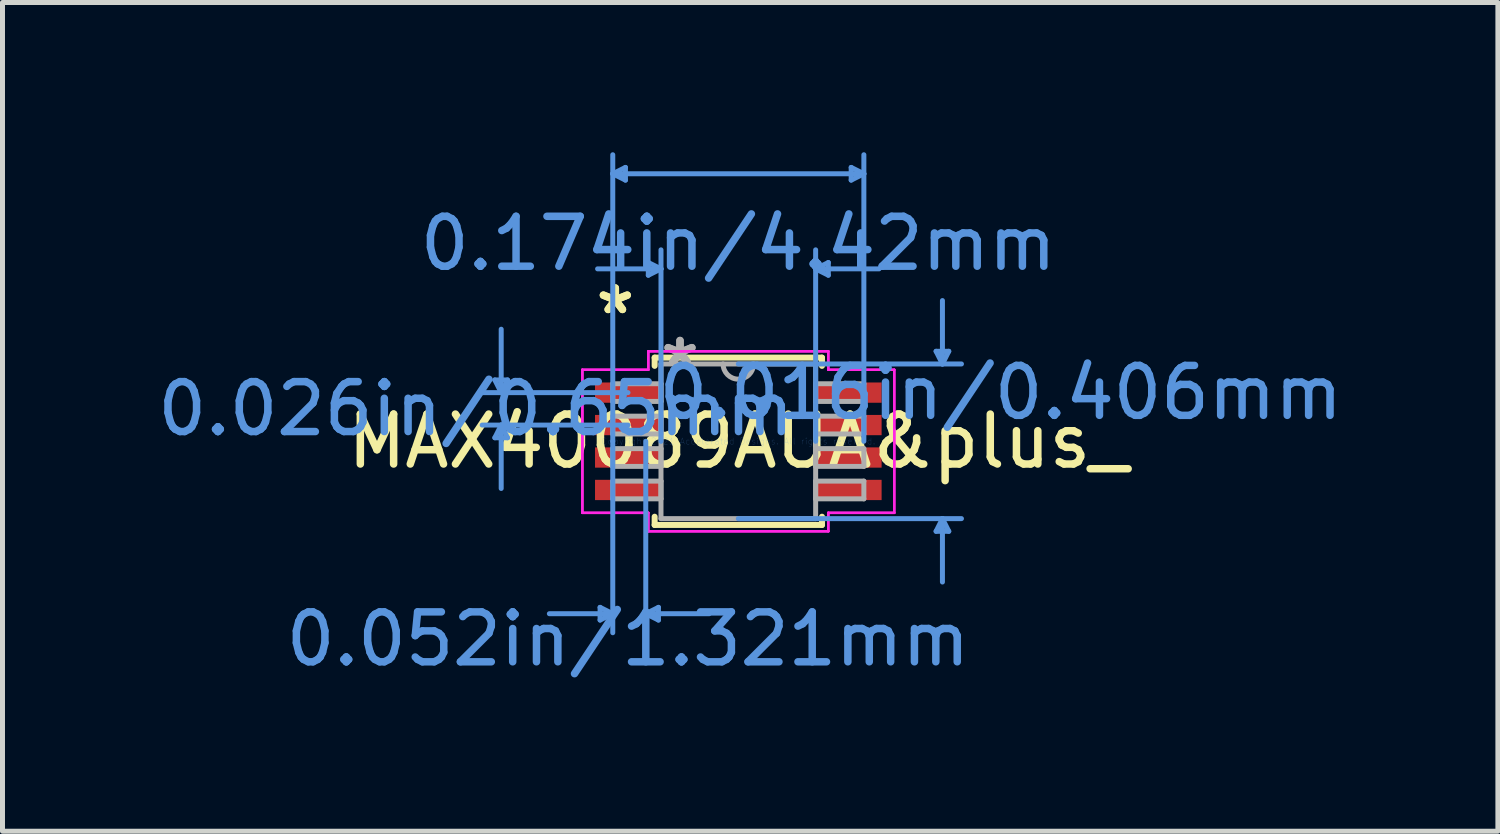
<source format=kicad_pcb>
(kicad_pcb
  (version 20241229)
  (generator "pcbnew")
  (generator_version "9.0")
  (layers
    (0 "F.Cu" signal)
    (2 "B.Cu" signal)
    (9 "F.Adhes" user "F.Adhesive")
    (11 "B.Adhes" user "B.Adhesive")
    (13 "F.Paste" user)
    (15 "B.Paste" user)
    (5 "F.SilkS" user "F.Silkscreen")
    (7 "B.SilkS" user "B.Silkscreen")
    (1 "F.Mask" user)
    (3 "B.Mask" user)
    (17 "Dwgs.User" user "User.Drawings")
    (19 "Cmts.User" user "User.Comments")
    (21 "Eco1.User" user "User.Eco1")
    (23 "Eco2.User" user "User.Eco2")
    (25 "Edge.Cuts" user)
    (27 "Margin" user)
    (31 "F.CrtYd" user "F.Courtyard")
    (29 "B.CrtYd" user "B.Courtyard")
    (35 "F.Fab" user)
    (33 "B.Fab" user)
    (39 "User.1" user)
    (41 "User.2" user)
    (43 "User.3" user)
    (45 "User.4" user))
  (footprint "MAX40089AUA&plus_"
    (layer "F.Cu")
    (at 11.74 5.79)
    (property "Reference" "MAX40089AUA&plus_" (at 0 0 0) (layer "F.SilkS") (effects (font (size 1 1) (thickness 0.15))))
    (attr through_hole)
    (fp_line (start -1.676 -1.676) (end -1.676 -1.511) (stroke (width 0.12) (type solid)) (layer "F.SilkS"))
    (fp_line (start -1.676 1.511) (end -1.676 1.676) (stroke (width 0.12) (type solid)) (layer "F.SilkS"))
    (fp_line (start -1.676 1.676) (end 1.676 1.676) (stroke (width 0.12) (type solid)) (layer "F.SilkS"))
    (fp_line (start 1.676 -1.676) (end -1.676 -1.676) (stroke (width 0.12) (type solid)) (layer "F.SilkS"))
    (fp_line (start 1.676 -1.511) (end 1.676 -1.676) (stroke (width 0.12) (type solid)) (layer "F.SilkS"))
    (fp_line (start 1.676 1.676) (end 1.676 1.511) (stroke (width 0.12) (type solid)) (layer "F.SilkS"))
    (fp_line (start -4.877 -1.229) (end -4.623 -1.229) (stroke (width 0.1) (type solid)) (layer "Cmts.User"))
    (fp_line (start -4.877 -0.071) (end -4.623 -0.071) (stroke (width 0.1) (type solid)) (layer "Cmts.User"))
    (fp_line (start -4.75 -0.975) (end -4.877 -1.229) (stroke (width 0.1) (type solid)) (layer "Cmts.User"))
    (fp_line (start -4.75 -0.975) (end -4.75 -2.245) (stroke (width 0.1) (type solid)) (layer "Cmts.User"))
    (fp_line (start -4.75 -0.975) (end -4.623 -1.229) (stroke (width 0.1) (type solid)) (layer "Cmts.User"))
    (fp_line (start -4.75 -0.325) (end -4.877 -0.071) (stroke (width 0.1) (type solid)) (layer "Cmts.User"))
    (fp_line (start -4.75 -0.325) (end -4.75 0.945) (stroke (width 0.1) (type solid)) (layer "Cmts.User"))
    (fp_line (start -4.75 -0.325) (end -4.623 -0.071) (stroke (width 0.1) (type solid)) (layer "Cmts.User"))
    (fp_line (start -2.769 3.327) (end -2.769 3.581) (stroke (width 0.1) (type solid)) (layer "Cmts.User"))
    (fp_line (start -2.515 -5.359) (end -2.261 -5.486) (stroke (width 0.1) (type solid)) (layer "Cmts.User"))
    (fp_line (start -2.515 -5.359) (end -2.261 -5.232) (stroke (width 0.1) (type solid)) (layer "Cmts.User"))
    (fp_line (start -2.515 -5.359) (end 2.515 -5.359) (stroke (width 0.1) (type solid)) (layer "Cmts.User"))
    (fp_line (start -2.515 0) (end -2.515 -5.74) (stroke (width 0.1) (type solid)) (layer "Cmts.User"))
    (fp_line (start -2.515 0) (end -2.515 3.835) (stroke (width 0.1) (type solid)) (layer "Cmts.User"))
    (fp_line (start -2.515 3.454) (end -3.785 3.454) (stroke (width 0.1) (type solid)) (layer "Cmts.User"))
    (fp_line (start -2.515 3.454) (end -2.769 3.327) (stroke (width 0.1) (type solid)) (layer "Cmts.User"))
    (fp_line (start -2.515 3.454) (end -2.769 3.581) (stroke (width 0.1) (type solid)) (layer "Cmts.User"))
    (fp_line (start -2.261 -5.486) (end -2.261 -5.232) (stroke (width 0.1) (type solid)) (layer "Cmts.User"))
    (fp_line (start -2.21 -0.975) (end -5.131 -0.975) (stroke (width 0.1) (type solid)) (layer "Cmts.User"))
    (fp_line (start -2.21 -0.325) (end -5.131 -0.325) (stroke (width 0.1) (type solid)) (layer "Cmts.User"))
    (fp_line (start -1.854 0) (end -1.854 3.835) (stroke (width 0.1) (type solid)) (layer "Cmts.User"))
    (fp_line (start -1.854 3.454) (end -1.6 3.327) (stroke (width 0.1) (type solid)) (layer "Cmts.User"))
    (fp_line (start -1.854 3.454) (end -1.6 3.581) (stroke (width 0.1) (type solid)) (layer "Cmts.User"))
    (fp_line (start -1.854 3.454) (end -0.584 3.454) (stroke (width 0.1) (type solid)) (layer "Cmts.User"))
    (fp_line (start -1.803 -3.581) (end -1.803 -3.327) (stroke (width 0.1) (type solid)) (layer "Cmts.User"))
    (fp_line (start -1.6 3.327) (end -1.6 3.581) (stroke (width 0.1) (type solid)) (layer "Cmts.User"))
    (fp_line (start -1.549 -3.454) (end -2.819 -3.454) (stroke (width 0.1) (type solid)) (layer "Cmts.User"))
    (fp_line (start -1.549 -3.454) (end -1.803 -3.581) (stroke (width 0.1) (type solid)) (layer "Cmts.User"))
    (fp_line (start -1.549 -3.454) (end -1.803 -3.327) (stroke (width 0.1) (type solid)) (layer "Cmts.User"))
    (fp_line (start -1.549 0) (end -1.549 -3.835) (stroke (width 0.1) (type solid)) (layer "Cmts.User"))
    (fp_line (start 0 -1.549) (end 4.47 -1.549) (stroke (width 0.1) (type solid)) (layer "Cmts.User"))
    (fp_line (start 0 1.549) (end 4.47 1.549) (stroke (width 0.1) (type solid)) (layer "Cmts.User"))
    (fp_line (start 1.549 -3.454) (end 1.803 -3.581) (stroke (width 0.1) (type solid)) (layer "Cmts.User"))
    (fp_line (start 1.549 -3.454) (end 1.803 -3.327) (stroke (width 0.1) (type solid)) (layer "Cmts.User"))
    (fp_line (start 1.549 -3.454) (end 2.819 -3.454) (stroke (width 0.1) (type solid)) (layer "Cmts.User"))
    (fp_line (start 1.549 0) (end 1.549 -3.835) (stroke (width 0.1) (type solid)) (layer "Cmts.User"))
    (fp_line (start 1.803 -3.581) (end 1.803 -3.327) (stroke (width 0.1) (type solid)) (layer "Cmts.User"))
    (fp_line (start 2.261 -5.486) (end 2.261 -5.232) (stroke (width 0.1) (type solid)) (layer "Cmts.User"))
    (fp_line (start 2.515 -5.359) (end 2.261 -5.486) (stroke (width 0.1) (type solid)) (layer "Cmts.User"))
    (fp_line (start 2.515 -5.359) (end 2.261 -5.232) (stroke (width 0.1) (type solid)) (layer "Cmts.User"))
    (fp_line (start 2.515 0) (end 2.515 -5.74) (stroke (width 0.1) (type solid)) (layer "Cmts.User"))
    (fp_line (start 3.962 -1.803) (end 4.216 -1.803) (stroke (width 0.1) (type solid)) (layer "Cmts.User"))
    (fp_line (start 3.962 1.803) (end 4.216 1.803) (stroke (width 0.1) (type solid)) (layer "Cmts.User"))
    (fp_line (start 4.089 -1.549) (end 3.962 -1.803) (stroke (width 0.1) (type solid)) (layer "Cmts.User"))
    (fp_line (start 4.089 -1.549) (end 4.089 -2.819) (stroke (width 0.1) (type solid)) (layer "Cmts.User"))
    (fp_line (start 4.089 -1.549) (end 4.216 -1.803) (stroke (width 0.1) (type solid)) (layer "Cmts.User"))
    (fp_line (start 4.089 1.549) (end 3.962 1.803) (stroke (width 0.1) (type solid)) (layer "Cmts.User"))
    (fp_line (start 4.089 1.549) (end 4.089 2.819) (stroke (width 0.1) (type solid)) (layer "Cmts.User"))
    (fp_line (start 4.089 1.549) (end 4.216 1.803) (stroke (width 0.1) (type solid)) (layer "Cmts.User"))
    (fp_line (start -3.124 -1.433) (end -1.803 -1.433) (stroke (width 0.05) (type solid)) (layer "F.CrtYd"))
    (fp_line (start -3.124 -1.433) (end -1.803 -1.433) (stroke (width 0.05) (type solid)) (layer "F.CrtYd"))
    (fp_line (start -3.124 1.433) (end -3.124 -1.433) (stroke (width 0.05) (type solid)) (layer "F.CrtYd"))
    (fp_line (start -3.124 1.433) (end -3.124 -1.433) (stroke (width 0.05) (type solid)) (layer "F.CrtYd"))
    (fp_line (start -3.124 1.433) (end -1.803 1.433) (stroke (width 0.05) (type solid)) (layer "F.CrtYd"))
    (fp_line (start -1.803 -1.803) (end 1.803 -1.803) (stroke (width 0.05) (type solid)) (layer "F.CrtYd"))
    (fp_line (start -1.803 -1.803) (end 1.803 -1.803) (stroke (width 0.05) (type solid)) (layer "F.CrtYd"))
    (fp_line (start -1.803 -1.433) (end -1.803 -1.803) (stroke (width 0.05) (type solid)) (layer "F.CrtYd"))
    (fp_line (start -1.803 -1.433) (end -1.803 -1.803) (stroke (width 0.05) (type solid)) (layer "F.CrtYd"))
    (fp_line (start -1.803 1.433) (end -3.124 1.433) (stroke (width 0.05) (type solid)) (layer "F.CrtYd"))
    (fp_line (start -1.803 1.803) (end -1.803 1.433) (stroke (width 0.05) (type solid)) (layer "F.CrtYd"))
    (fp_line (start -1.803 1.803) (end -1.803 1.433) (stroke (width 0.05) (type solid)) (layer "F.CrtYd"))
    (fp_line (start 1.803 -1.803) (end 1.803 -1.433) (stroke (width 0.05) (type solid)) (layer "F.CrtYd"))
    (fp_line (start 1.803 -1.803) (end 1.803 -1.433) (stroke (width 0.05) (type solid)) (layer "F.CrtYd"))
    (fp_line (start 1.803 -1.433) (end 3.124 -1.433) (stroke (width 0.05) (type solid)) (layer "F.CrtYd"))
    (fp_line (start 1.803 1.433) (end 1.803 1.803) (stroke (width 0.05) (type solid)) (layer "F.CrtYd"))
    (fp_line (start 1.803 1.433) (end 1.803 1.803) (stroke (width 0.05) (type solid)) (layer "F.CrtYd"))
    (fp_line (start 1.803 1.803) (end -1.803 1.803) (stroke (width 0.05) (type solid)) (layer "F.CrtYd"))
    (fp_line (start 1.803 1.803) (end -1.803 1.803) (stroke (width 0.05) (type solid)) (layer "F.CrtYd"))
    (fp_line (start 3.124 -1.433) (end 1.803 -1.433) (stroke (width 0.05) (type solid)) (layer "F.CrtYd"))
    (fp_line (start 3.124 -1.433) (end 3.124 1.433) (stroke (width 0.05) (type solid)) (layer "F.CrtYd"))
    (fp_line (start 3.124 -1.433) (end 3.124 1.433) (stroke (width 0.05) (type solid)) (layer "F.CrtYd"))
    (fp_line (start 3.124 1.433) (end 1.803 1.433) (stroke (width 0.05) (type solid)) (layer "F.CrtYd"))
    (fp_line (start 3.124 1.433) (end 1.803 1.433) (stroke (width 0.05) (type solid)) (layer "F.CrtYd"))
    (fp_line (start -2.515 -1.153) (end -2.515 -0.798) (stroke (width 0.1) (type solid)) (layer "F.Fab"))
    (fp_line (start -2.515 -0.798) (end -1.549 -0.798) (stroke (width 0.1) (type solid)) (layer "F.Fab"))
    (fp_line (start -2.515 -0.503) (end -2.515 -0.147) (stroke (width 0.1) (type solid)) (layer "F.Fab"))
    (fp_line (start -2.515 -0.147) (end -1.549 -0.147) (stroke (width 0.1) (type solid)) (layer "F.Fab"))
    (fp_line (start -2.515 0.147) (end -2.515 0.503) (stroke (width 0.1) (type solid)) (layer "F.Fab"))
    (fp_line (start -2.515 0.503) (end -1.549 0.503) (stroke (width 0.1) (type solid)) (layer "F.Fab"))
    (fp_line (start -2.515 0.798) (end -2.515 1.153) (stroke (width 0.1) (type solid)) (layer "F.Fab"))
    (fp_line (start -2.515 1.153) (end -1.549 1.153) (stroke (width 0.1) (type solid)) (layer "F.Fab"))
    (fp_line (start -1.549 -1.549) (end -1.549 1.549) (stroke (width 0.1) (type solid)) (layer "F.Fab"))
    (fp_line (start -1.549 -1.153) (end -2.515 -1.153) (stroke (width 0.1) (type solid)) (layer "F.Fab"))
    (fp_line (start -1.549 -0.798) (end -1.549 -1.153) (stroke (width 0.1) (type solid)) (layer "F.Fab"))
    (fp_line (start -1.549 -0.503) (end -2.515 -0.503) (stroke (width 0.1) (type solid)) (layer "F.Fab"))
    (fp_line (start -1.549 -0.147) (end -1.549 -0.503) (stroke (width 0.1) (type solid)) (layer "F.Fab"))
    (fp_line (start -1.549 0.147) (end -2.515 0.147) (stroke (width 0.1) (type solid)) (layer "F.Fab"))
    (fp_line (start -1.549 0.503) (end -1.549 0.147) (stroke (width 0.1) (type solid)) (layer "F.Fab"))
    (fp_line (start -1.549 0.798) (end -2.515 0.798) (stroke (width 0.1) (type solid)) (layer "F.Fab"))
    (fp_line (start -1.549 1.153) (end -1.549 0.798) (stroke (width 0.1) (type solid)) (layer "F.Fab"))
    (fp_line (start -1.549 1.549) (end 1.549 1.549) (stroke (width 0.1) (type solid)) (layer "F.Fab"))
    (fp_line (start 1.549 -1.549) (end -1.549 -1.549) (stroke (width 0.1) (type solid)) (layer "F.Fab"))
    (fp_line (start 1.549 -1.153) (end 1.549 -0.798) (stroke (width 0.1) (type solid)) (layer "F.Fab"))
    (fp_line (start 1.549 -0.798) (end 2.515 -0.798) (stroke (width 0.1) (type solid)) (layer "F.Fab"))
    (fp_line (start 1.549 -0.503) (end 1.549 -0.147) (stroke (width 0.1) (type solid)) (layer "F.Fab"))
    (fp_line (start 1.549 -0.147) (end 2.515 -0.147) (stroke (width 0.1) (type solid)) (layer "F.Fab"))
    (fp_line (start 1.549 0.147) (end 1.549 0.503) (stroke (width 0.1) (type solid)) (layer "F.Fab"))
    (fp_line (start 1.549 0.503) (end 2.515 0.503) (stroke (width 0.1) (type solid)) (layer "F.Fab"))
    (fp_line (start 1.549 0.798) (end 1.549 1.153) (stroke (width 0.1) (type solid)) (layer "F.Fab"))
    (fp_line (start 1.549 1.153) (end 2.515 1.153) (stroke (width 0.1) (type solid)) (layer "F.Fab"))
    (fp_line (start 1.549 1.549) (end 1.549 -1.549) (stroke (width 0.1) (type solid)) (layer "F.Fab"))
    (fp_line (start 2.515 -1.153) (end 1.549 -1.153) (stroke (width 0.1) (type solid)) (layer "F.Fab"))
    (fp_line (start 2.515 -0.798) (end 2.515 -1.153) (stroke (width 0.1) (type solid)) (layer "F.Fab"))
    (fp_line (start 2.515 -0.503) (end 1.549 -0.503) (stroke (width 0.1) (type solid)) (layer "F.Fab"))
    (fp_line (start 2.515 -0.147) (end 2.515 -0.503) (stroke (width 0.1) (type solid)) (layer "F.Fab"))
    (fp_line (start 2.515 0.147) (end 1.549 0.147) (stroke (width 0.1) (type solid)) (layer "F.Fab"))
    (fp_line (start 2.515 0.503) (end 2.515 0.147) (stroke (width 0.1) (type solid)) (layer "F.Fab"))
    (fp_line (start 2.515 0.798) (end 1.549 0.798) (stroke (width 0.1) (type solid)) (layer "F.Fab"))
    (fp_line (start 2.515 1.153) (end 2.515 0.798) (stroke (width 0.1) (type solid)) (layer "F.Fab"))
    (fp_arc (start 0.3048 -1.5494) (mid 0 -1.2446) (end -0.3048 -1.5494) (stroke (width 0.1) (type solid)) (layer "F.Fab"))
    (fp_text user "*" (at -2.464 -2.525 0) (layer "F.SilkS") (effects (font (size 1 1) (thickness 0.15))))
    (fp_text user "*" (at -2.464 -2.525 0) (layer "F.SilkS") (effects (font (size 1 1) (thickness 0.15))))
    (fp_text user "0.016in/0.406mm" (at 5.258 -0.975 0) (layer "Cmts.User") (effects (font (size 1 1) (thickness 0.15))))
    (fp_text user "0.026in/0.65mm" (at -5.258 -0.65 0) (layer "Cmts.User") (effects (font (size 1 1) (thickness 0.15))))
    (fp_text user "Copyright 2021 Accelerated Designs. All rights reserved." (at 0 0 0) (layer "Cmts.User") (effects (font (size 0.127 0.127) (thickness 0.002))))
    (fp_text user "0.052in/1.321mm" (at -2.21 3.962 0) (layer "Cmts.User") (effects (font (size 1 1) (thickness 0.15))))
    (fp_text user "0.174in/4.42mm" (at 0 -3.962 0) (layer "Cmts.User") (effects (font (size 1 1) (thickness 0.15))))
    (fp_text user "*" (at -1.168 -1.473 0) (layer "F.Fab") (effects (font (size 1 1) (thickness 0.15))))
    (fp_text user "*" (at -1.168 -1.473 0) (layer "F.Fab") (effects (font (size 1 1) (thickness 0.15))))
    (pad "1" smd rect (at -2.21 -0.975) (size 1.321 0.406) (layers "F.Cu" "F.Mask" "F.Paste"))
    (pad "2" smd rect (at -2.21 -0.325) (size 1.321 0.406) (layers "F.Cu" "F.Mask" "F.Paste"))
    (pad "3" smd rect (at -2.21 0.325) (size 1.321 0.406) (layers "F.Cu" "F.Mask" "F.Paste"))
    (pad "4" smd rect (at -2.21 0.975) (size 1.321 0.406) (layers "F.Cu" "F.Mask" "F.Paste"))
    (pad "5" smd rect (at 2.21 0.975) (size 1.321 0.406) (layers "F.Cu" "F.Mask" "F.Paste"))
    (pad "6" smd rect (at 2.21 0.325) (size 1.321 0.406) (layers "F.Cu" "F.Mask" "F.Paste"))
    (pad "7" smd rect (at 2.21 -0.325) (size 1.321 0.406) (layers "F.Cu" "F.Mask" "F.Paste"))
    (pad "8" smd rect (at 2.21 -0.975) (size 1.321 0.406) (layers "F.Cu" "F.Mask" "F.Paste")))
  (gr_rect
    (start -3 -3)
    (end 26.956 13.601)
    (stroke (width 0.1) (type default))
    (fill no)
    (layer "Edge.Cuts")))
</source>
